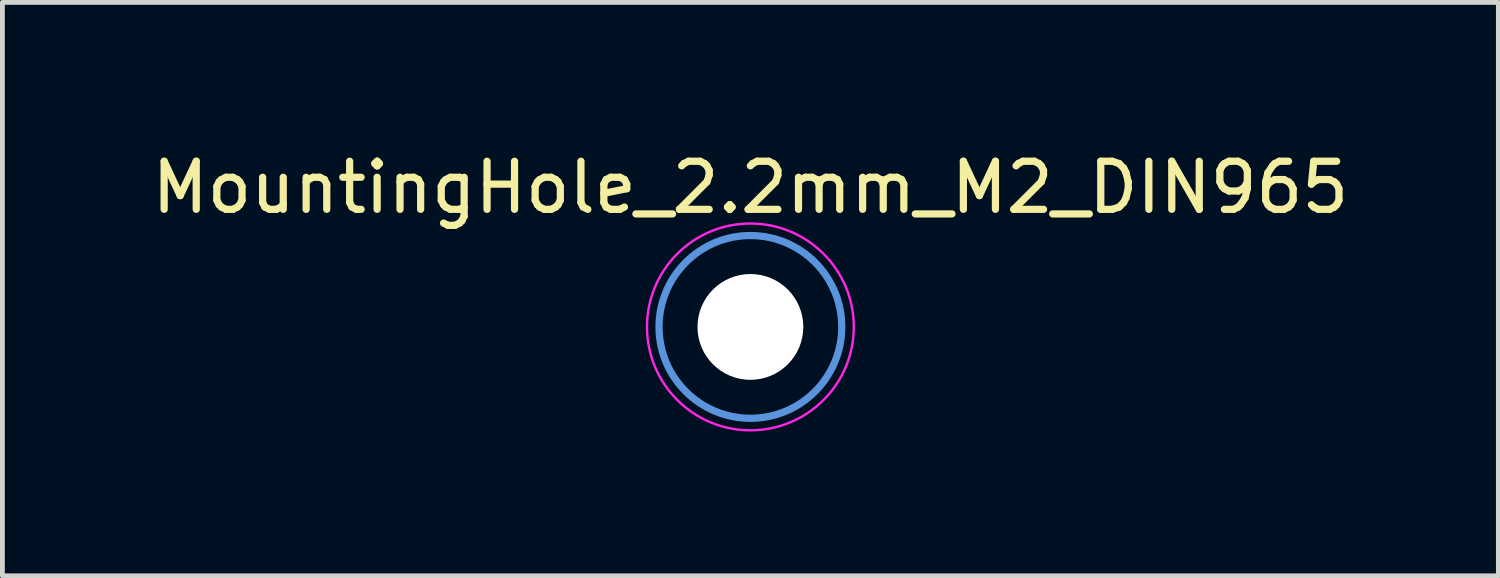
<source format=kicad_pcb>
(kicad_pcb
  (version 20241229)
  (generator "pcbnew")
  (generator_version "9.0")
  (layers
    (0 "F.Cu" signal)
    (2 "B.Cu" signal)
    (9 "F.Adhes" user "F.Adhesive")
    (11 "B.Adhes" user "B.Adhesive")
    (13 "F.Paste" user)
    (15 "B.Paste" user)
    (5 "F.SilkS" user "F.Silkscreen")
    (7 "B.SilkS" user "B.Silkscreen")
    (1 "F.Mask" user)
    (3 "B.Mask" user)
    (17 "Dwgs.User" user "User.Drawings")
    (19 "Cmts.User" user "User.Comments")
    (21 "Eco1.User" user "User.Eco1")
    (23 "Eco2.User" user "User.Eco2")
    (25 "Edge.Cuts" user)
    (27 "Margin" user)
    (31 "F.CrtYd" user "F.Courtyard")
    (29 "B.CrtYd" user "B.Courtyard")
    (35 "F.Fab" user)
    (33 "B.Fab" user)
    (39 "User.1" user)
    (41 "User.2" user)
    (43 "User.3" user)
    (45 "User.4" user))
  (footprint "MountingHole_2.2mm_M2_DIN965"
    (layer "F.Cu")
    (at 12.554 3.748)
    (property "Reference" "MountingHole_2.2mm_M2_DIN965" (at 0 -2.9 0) (layer "F.SilkS") (effects (font (size 1 1) (thickness 0.15))))
    (attr exclude_from_pos_files exclude_from_bom)
    (fp_circle (center 0 0) (end 1.9 0) (stroke (width 0.15) (type solid)) (fill no) (layer "Cmts.User"))
    (fp_circle (center 0 0) (end 2.15 0) (stroke (width 0.05) (type solid)) (fill no) (layer "F.CrtYd"))
    (pad "" np_thru_hole circle (at 0 0) (size 2.2 2.2) (drill 2.2) (layers "*.Cu" "*.Mask")))
  (gr_rect
    (start -3 -3)
    (end 28.107 8.923)
    (stroke (width 0.1) (type default))
    (fill no)
    (layer "Edge.Cuts")))
</source>
